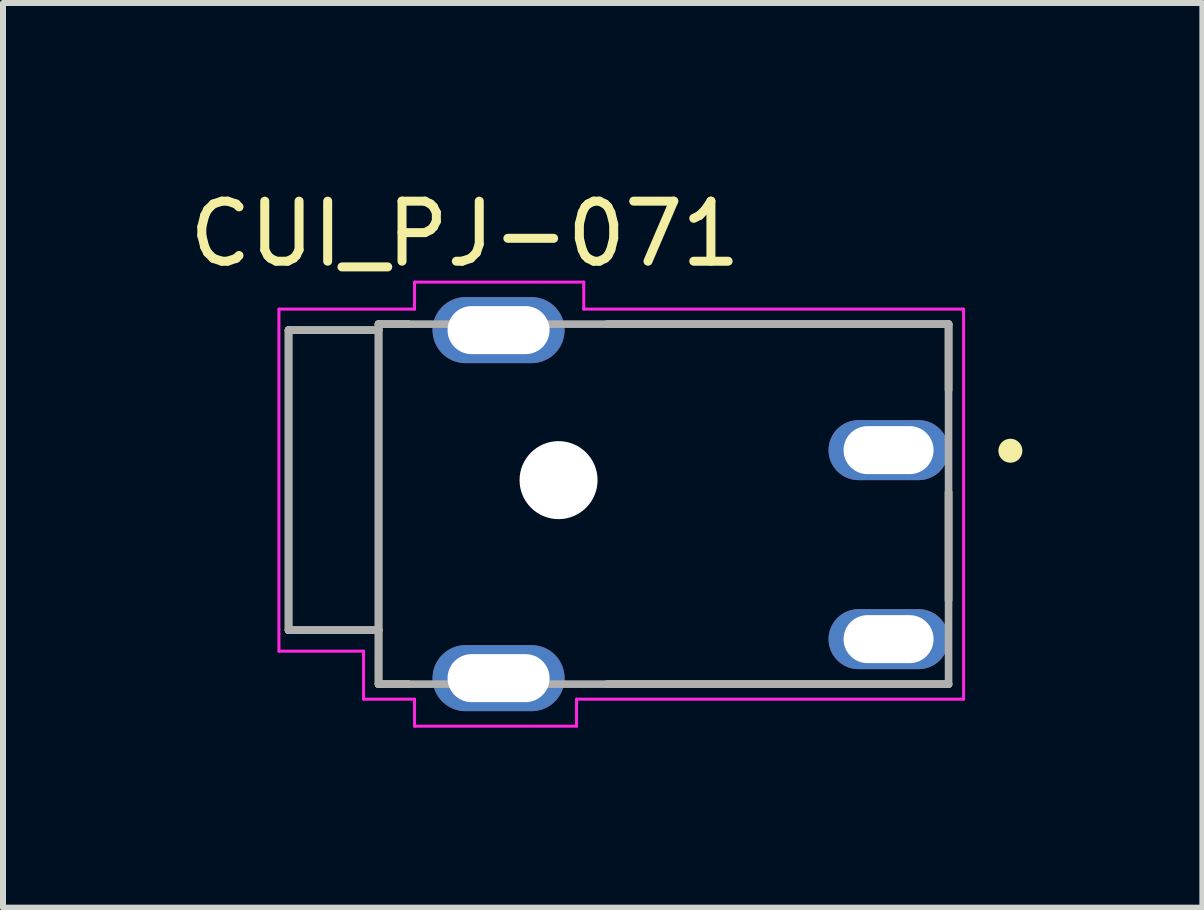
<source format=kicad_pcb>
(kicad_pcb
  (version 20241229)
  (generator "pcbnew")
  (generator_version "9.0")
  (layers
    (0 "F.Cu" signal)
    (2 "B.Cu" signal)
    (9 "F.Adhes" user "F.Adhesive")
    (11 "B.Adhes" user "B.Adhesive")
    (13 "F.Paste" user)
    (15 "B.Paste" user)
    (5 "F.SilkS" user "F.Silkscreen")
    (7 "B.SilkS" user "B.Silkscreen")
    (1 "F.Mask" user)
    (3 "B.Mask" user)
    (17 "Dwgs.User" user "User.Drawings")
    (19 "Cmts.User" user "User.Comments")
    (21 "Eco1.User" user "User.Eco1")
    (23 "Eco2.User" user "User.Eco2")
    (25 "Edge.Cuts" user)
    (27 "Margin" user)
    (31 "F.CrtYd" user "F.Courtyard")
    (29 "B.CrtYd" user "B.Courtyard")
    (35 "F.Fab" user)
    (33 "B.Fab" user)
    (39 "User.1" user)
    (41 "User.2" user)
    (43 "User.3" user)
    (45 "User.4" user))
  (footprint "CUI_PJ-071"
    (layer "F.Cu")
    (at 8.009 5.352)
    (property "Reference" "CUI_PJ-071" (at -3.31 -4.504 0) (layer "F.SilkS") (effects (font (size 1.001 1.001) (thickness 0.15))))
    (attr through_hole)
    (fp_line (start -6.25 -2.9) (end -6.25 2.1) (stroke (width 0.127) (type solid)) (layer "F.SilkS"))
    (fp_line (start -6.25 2.1) (end -4.75 2.1) (stroke (width 0.127) (type solid)) (layer "F.SilkS"))
    (fp_line (start -4.75 -3) (end -4.75 -2.9) (stroke (width 0.127) (type solid)) (layer "F.SilkS"))
    (fp_line (start -4.75 -3) (end -4.25 -3) (stroke (width 0.127) (type solid)) (layer "F.SilkS"))
    (fp_line (start -4.75 -2.9) (end -6.25 -2.9) (stroke (width 0.127) (type solid)) (layer "F.SilkS"))
    (fp_line (start -4.75 -2.9) (end -4.75 2.1) (stroke (width 0.127) (type solid)) (layer "F.SilkS"))
    (fp_line (start -4.75 2.1) (end -4.75 3) (stroke (width 0.127) (type solid)) (layer "F.SilkS"))
    (fp_line (start -4.75 3) (end -4.25 3) (stroke (width 0.127) (type solid)) (layer "F.SilkS"))
    (fp_line (start -0.94 3) (end 4.75 3) (stroke (width 0.127) (type solid)) (layer "F.SilkS"))
    (fp_line (start 4.75 -3) (end -0.94 -3) (stroke (width 0.127) (type solid)) (layer "F.SilkS"))
    (fp_line (start 4.75 -1.9) (end 4.75 -3) (stroke (width 0.127) (type solid)) (layer "F.SilkS"))
    (fp_line (start 4.75 1.6) (end 4.75 -0.2) (stroke (width 0.127) (type solid)) (layer "F.SilkS"))
    (fp_circle (center 5.78 -0.89) (end 5.88 -0.89) (stroke (width 0.2) (type solid)) (fill no) (layer "F.SilkS"))
    (fp_line (start -6.41 -3.25) (end -6.41 2.45) (stroke (width 0.05) (type solid)) (layer "F.CrtYd"))
    (fp_line (start -6.41 2.45) (end -5 2.45) (stroke (width 0.05) (type solid)) (layer "F.CrtYd"))
    (fp_line (start -5 2.45) (end -5 3.25) (stroke (width 0.05) (type solid)) (layer "F.CrtYd"))
    (fp_line (start -5 3.25) (end -4.15 3.25) (stroke (width 0.05) (type solid)) (layer "F.CrtYd"))
    (fp_line (start -4.15 -3.7) (end -4.15 -3.25) (stroke (width 0.05) (type solid)) (layer "F.CrtYd"))
    (fp_line (start -4.15 -3.25) (end -6.41 -3.25) (stroke (width 0.05) (type solid)) (layer "F.CrtYd"))
    (fp_line (start -4.15 3.25) (end -4.15 3.7) (stroke (width 0.05) (type solid)) (layer "F.CrtYd"))
    (fp_line (start -4.15 3.7) (end -1.45 3.7) (stroke (width 0.05) (type solid)) (layer "F.CrtYd"))
    (fp_line (start -1.45 3.25) (end 5 3.25) (stroke (width 0.05) (type solid)) (layer "F.CrtYd"))
    (fp_line (start -1.45 3.7) (end -1.45 3.25) (stroke (width 0.05) (type solid)) (layer "F.CrtYd"))
    (fp_line (start -1.33 -3.7) (end -4.15 -3.7) (stroke (width 0.05) (type solid)) (layer "F.CrtYd"))
    (fp_line (start -1.33 -3.25) (end -1.33 -3.7) (stroke (width 0.05) (type solid)) (layer "F.CrtYd"))
    (fp_line (start 5 -3.25) (end -1.33 -3.25) (stroke (width 0.05) (type solid)) (layer "F.CrtYd"))
    (fp_line (start 5 3.25) (end 5 -3.25) (stroke (width 0.05) (type solid)) (layer "F.CrtYd"))
    (fp_line (start -6.25 -2.9) (end -6.25 2.1) (stroke (width 0.127) (type solid)) (layer "F.Fab"))
    (fp_line (start -6.25 2.1) (end -4.75 2.1) (stroke (width 0.127) (type solid)) (layer "F.Fab"))
    (fp_line (start -4.75 -3) (end -4.75 -2.9) (stroke (width 0.127) (type solid)) (layer "F.Fab"))
    (fp_line (start -4.75 -2.9) (end -6.25 -2.9) (stroke (width 0.127) (type solid)) (layer "F.Fab"))
    (fp_line (start -4.75 -2.9) (end -4.75 2.1) (stroke (width 0.127) (type solid)) (layer "F.Fab"))
    (fp_line (start -4.75 2.1) (end -4.75 3) (stroke (width 0.127) (type solid)) (layer "F.Fab"))
    (fp_line (start -4.75 3) (end 4.75 3) (stroke (width 0.127) (type solid)) (layer "F.Fab"))
    (fp_line (start 4.75 -3) (end -4.75 -3) (stroke (width 0.127) (type solid)) (layer "F.Fab"))
    (fp_line (start 4.75 3) (end 4.75 -3) (stroke (width 0.127) (type solid)) (layer "F.Fab"))
    (pad "" np_thru_hole circle (at -1.75 -0.4) (size 1.3 1.3) (drill 1.3) (layers "*.Cu" "*.Mask"))
    (pad "1" thru_hole oval (at 3.75 -0.9) (size 2 1) (drill oval 1.5 0.8) (layers "*.Cu" "*.Mask"))
    (pad "2" thru_hole oval (at 3.75 2.25) (size 2 1) (drill oval 1.5 0.8) (layers "*.Cu" "*.Mask"))
    (pad "3A" thru_hole oval (at -2.75 -2.9) (size 2.2 1.1) (drill oval 1.7 0.8) (layers "*.Cu" "*.Mask"))
    (pad "3B" thru_hole oval (at -2.75 2.9) (size 2.2 1.1) (drill oval 1.7 0.8) (layers "*.Cu" "*.Mask")))
  (gr_rect
    (start -3 -3)
    (end 16.989 12.077)
    (stroke (width 0.1) (type default))
    (fill no)
    (layer "Edge.Cuts")))
</source>
